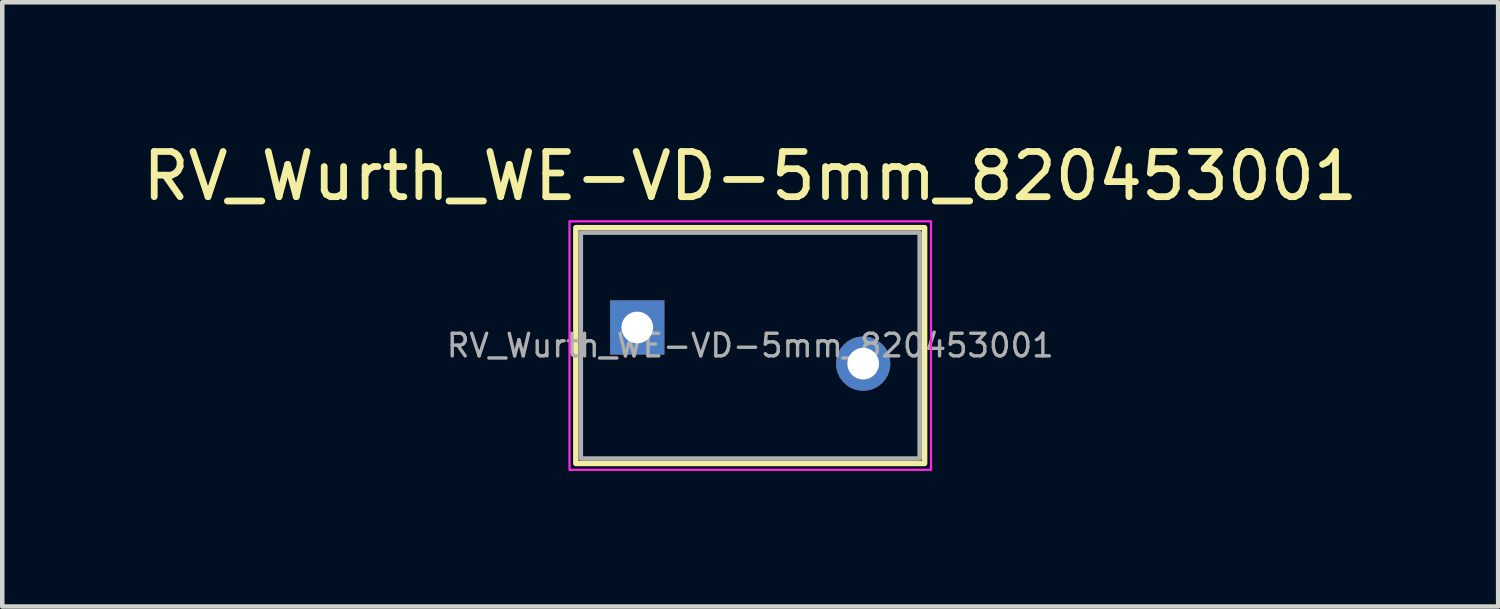
<source format=kicad_pcb>
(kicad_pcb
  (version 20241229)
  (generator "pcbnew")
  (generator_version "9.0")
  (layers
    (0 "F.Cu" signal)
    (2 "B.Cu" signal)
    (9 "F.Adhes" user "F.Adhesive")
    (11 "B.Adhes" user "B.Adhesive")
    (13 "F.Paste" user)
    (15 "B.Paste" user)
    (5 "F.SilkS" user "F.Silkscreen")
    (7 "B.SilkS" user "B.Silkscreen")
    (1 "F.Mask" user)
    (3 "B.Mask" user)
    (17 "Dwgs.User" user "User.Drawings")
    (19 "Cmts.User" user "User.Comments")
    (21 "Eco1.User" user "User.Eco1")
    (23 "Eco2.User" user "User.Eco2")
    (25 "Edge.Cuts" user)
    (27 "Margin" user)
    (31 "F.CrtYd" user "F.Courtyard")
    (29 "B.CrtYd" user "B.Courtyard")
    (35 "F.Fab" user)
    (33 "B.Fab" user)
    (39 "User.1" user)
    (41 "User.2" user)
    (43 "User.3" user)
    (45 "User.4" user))
  (footprint "RV_Wurth_WE-VD-5mm_820453001"
    (layer "F.Cu")
    (at 11.054 4.198)
    (property "Reference" "RV_Wurth_WE-VD-5mm_820453001" (at 2.5 -3.35 0) (unlocked yes) (layer "F.SilkS") (effects (font (size 1 1) (thickness 0.15))))
    (attr through_hole)
    (fp_rect (start -1.36 -2.21) (end 6.36 3.01) (stroke (width 0.12) (type solid)) (fill no) (layer "F.SilkS"))
    (fp_rect (start -1.5 -2.35) (end 6.5 3.15) (stroke (width 0.05) (type solid)) (fill no) (layer "F.CrtYd"))
    (fp_rect (start -1.25 -2.1) (end 6.25 2.9) (stroke (width 0.1) (type solid)) (fill no) (layer "F.Fab"))
    (fp_text user "${REFERENCE}" (at 2.5 0.4 0) (unlocked yes) (layer "F.Fab") (effects (font (size 0.5 0.5) (thickness 0.075))))
    (pad "1" thru_hole rect (at 0 0) (size 1.2 1.2) (drill 0.7) (layers "*.Cu" "*.Mask"))
    (pad "2" thru_hole circle (at 5 0.8) (size 1.2 1.2) (drill 0.7) (layers "*.Cu" "*.Mask")))
  (gr_rect
    (start -3 -3)
    (end 30.107 10.373)
    (stroke (width 0.1) (type default))
    (fill no)
    (layer "Edge.Cuts")))
</source>
